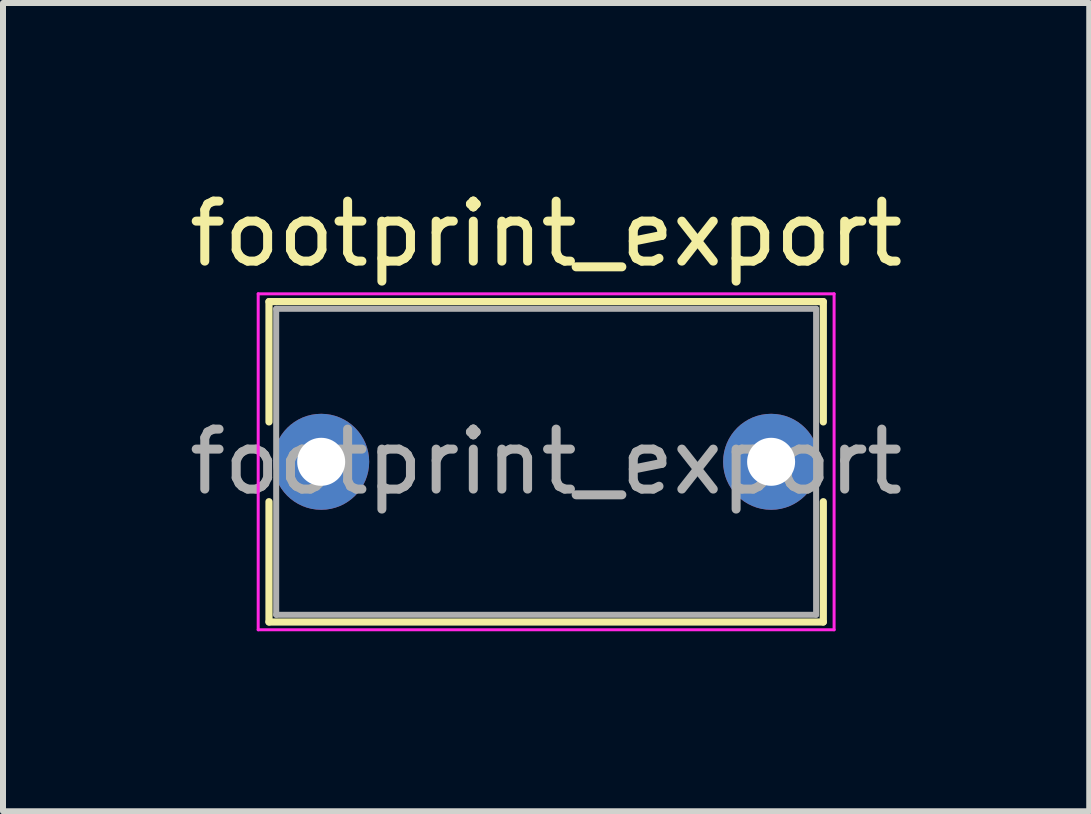
<source format=kicad_pcb>
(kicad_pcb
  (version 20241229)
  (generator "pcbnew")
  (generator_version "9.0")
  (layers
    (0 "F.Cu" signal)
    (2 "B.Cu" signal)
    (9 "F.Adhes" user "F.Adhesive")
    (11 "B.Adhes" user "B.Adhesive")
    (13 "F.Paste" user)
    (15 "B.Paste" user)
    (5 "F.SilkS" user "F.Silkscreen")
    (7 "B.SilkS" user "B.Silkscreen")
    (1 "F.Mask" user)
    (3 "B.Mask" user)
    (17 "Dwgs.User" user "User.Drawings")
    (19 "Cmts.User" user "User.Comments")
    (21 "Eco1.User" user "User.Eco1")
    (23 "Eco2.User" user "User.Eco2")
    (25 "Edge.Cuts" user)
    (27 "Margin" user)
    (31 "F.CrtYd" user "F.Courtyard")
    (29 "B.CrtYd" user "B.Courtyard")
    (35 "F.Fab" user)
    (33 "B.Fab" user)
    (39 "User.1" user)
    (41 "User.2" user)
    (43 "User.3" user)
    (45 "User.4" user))
  (footprint "footprint_export"
    (layer "F.Cu")
    (at 2.304 4.648)
    (property "Reference" "footprint_export" (at 3.75 -3.8 0) (layer "F.SilkS") (effects (font (size 1 1) (thickness 0.15))))
    (attr through_hole)
    (fp_line (start -0.87 -2.67) (end -0.87 -0.665) (stroke (width 0.12) (type solid)) (layer "F.SilkS"))
    (fp_line (start -0.87 -2.67) (end 8.37 -2.67) (stroke (width 0.12) (type solid)) (layer "F.SilkS"))
    (fp_line (start -0.87 0.665) (end -0.87 2.67) (stroke (width 0.12) (type solid)) (layer "F.SilkS"))
    (fp_line (start -0.87 2.67) (end 8.37 2.67) (stroke (width 0.12) (type solid)) (layer "F.SilkS"))
    (fp_line (start 8.37 -2.67) (end 8.37 -0.665) (stroke (width 0.12) (type solid)) (layer "F.SilkS"))
    (fp_line (start 8.37 0.665) (end 8.37 2.67) (stroke (width 0.12) (type solid)) (layer "F.SilkS"))
    (fp_line (start -1.05 -2.8) (end -1.05 2.8) (stroke (width 0.05) (type solid)) (layer "F.CrtYd"))
    (fp_line (start -1.05 2.8) (end 8.55 2.8) (stroke (width 0.05) (type solid)) (layer "F.CrtYd"))
    (fp_line (start 8.55 -2.8) (end -1.05 -2.8) (stroke (width 0.05) (type solid)) (layer "F.CrtYd"))
    (fp_line (start 8.55 2.8) (end 8.55 -2.8) (stroke (width 0.05) (type solid)) (layer "F.CrtYd"))
    (fp_line (start -0.75 -2.55) (end -0.75 2.55) (stroke (width 0.1) (type solid)) (layer "F.Fab"))
    (fp_line (start -0.75 2.55) (end 8.25 2.55) (stroke (width 0.1) (type solid)) (layer "F.Fab"))
    (fp_line (start 8.25 -2.55) (end -0.75 -2.55) (stroke (width 0.1) (type solid)) (layer "F.Fab"))
    (fp_line (start 8.25 2.55) (end 8.25 -2.55) (stroke (width 0.1) (type solid)) (layer "F.Fab"))
    (fp_text user "${REFERENCE}" (at 3.75 0 0) (layer "F.Fab") (effects (font (size 1 1) (thickness 0.15))))
    (pad "1" thru_hole circle (at 0 0) (size 1.6 1.6) (drill 0.8) (layers "*.Cu" "*.Mask"))
    (pad "2" thru_hole circle (at 7.5 0) (size 1.6 1.6) (drill 0.8) (layers "*.Cu" "*.Mask")))
  (gr_rect
    (start -3 -3)
    (end 15.107 10.473)
    (stroke (width 0.1) (type default))
    (fill no)
    (layer "Edge.Cuts")))
</source>
